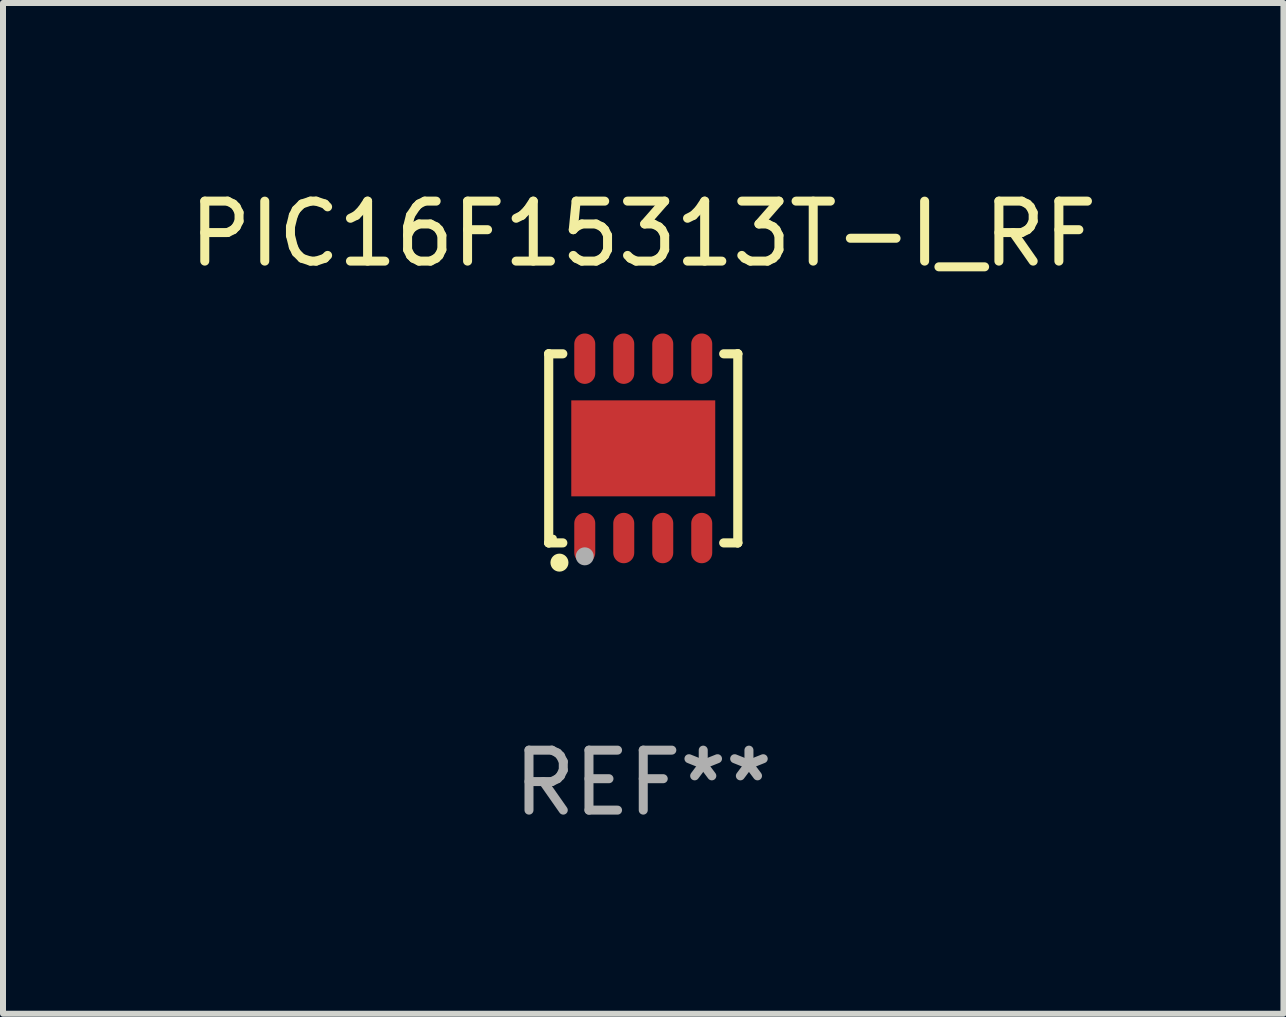
<source format=kicad_pcb>
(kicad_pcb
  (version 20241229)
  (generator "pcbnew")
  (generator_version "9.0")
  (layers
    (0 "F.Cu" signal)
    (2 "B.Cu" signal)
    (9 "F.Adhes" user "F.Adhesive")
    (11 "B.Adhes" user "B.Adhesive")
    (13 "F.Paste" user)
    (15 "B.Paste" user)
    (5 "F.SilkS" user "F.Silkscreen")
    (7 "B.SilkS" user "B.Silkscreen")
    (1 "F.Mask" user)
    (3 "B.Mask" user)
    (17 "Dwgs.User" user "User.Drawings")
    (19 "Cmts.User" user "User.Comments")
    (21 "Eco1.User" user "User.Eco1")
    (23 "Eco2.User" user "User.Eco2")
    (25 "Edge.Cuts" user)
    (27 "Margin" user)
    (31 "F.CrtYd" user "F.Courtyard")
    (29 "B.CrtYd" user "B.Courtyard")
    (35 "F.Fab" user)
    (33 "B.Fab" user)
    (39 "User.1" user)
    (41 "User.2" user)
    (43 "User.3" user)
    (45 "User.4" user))
  (footprint "PIC16F15313T-I_RF"
    (layer "F.Cu")
    (at 7.673 4.424)
    (property "Reference" "PIC16F15313T-I_RF" (at 0 -3.576 0) (layer "F.SilkS") (effects (font (size 1 1) (thickness 0.15))))
    (attr through_hole)
    (fp_line (start -1.576 -1.576) (end -1.576 -1.576) (stroke (width 0.152) (type solid)) (layer "F.SilkS"))
    (fp_line (start -1.576 -1.576) (end -1.341 -1.576) (stroke (width 0.152) (type solid)) (layer "F.SilkS"))
    (fp_line (start -1.576 1.576) (end -1.576 -1.576) (stroke (width 0.152) (type solid)) (layer "F.SilkS"))
    (fp_line (start -1.576 1.576) (end -1.576 1.576) (stroke (width 0.152) (type solid)) (layer "F.SilkS"))
    (fp_line (start -1.341 1.576) (end -1.576 1.576) (stroke (width 0.152) (type solid)) (layer "F.SilkS"))
    (fp_line (start 1.341 1.576) (end 1.576 1.576) (stroke (width 0.152) (type solid)) (layer "F.SilkS"))
    (fp_line (start 1.576 -1.576) (end 1.341 -1.576) (stroke (width 0.152) (type solid)) (layer "F.SilkS"))
    (fp_line (start 1.576 -1.576) (end 1.576 -1.576) (stroke (width 0.152) (type solid)) (layer "F.SilkS"))
    (fp_line (start 1.576 1.576) (end 1.576 -1.576) (stroke (width 0.152) (type solid)) (layer "F.SilkS"))
    (fp_line (start 1.576 1.576) (end 1.576 1.576) (stroke (width 0.152) (type solid)) (layer "F.SilkS"))
    (fp_circle (center -1.5 1.5) (end -1.47 1.5) (stroke (width 0.06) (type solid)) (fill no) (layer "F.SilkS"))
    (fp_circle (center -1.397 1.905) (end -1.322 1.905) (stroke (width 0.15) (type solid)) (fill no) (layer "F.SilkS"))
    (fp_circle (center -0.975 1.8) (end -0.9 1.8) (stroke (width 0.15) (type solid)) (fill no) (layer "F.Fab"))
    (fp_text user "REF**" (at 0 5.576 0) (layer "F.Fab") (effects (font (size 1 1) (thickness 0.15))))
    (pad "1" smd oval (at -0.975 1.495) (size 0.35 0.84) (layers "F.Cu" "F.Mask" "F.Paste"))
    (pad "2" smd oval (at -0.325 1.495) (size 0.35 0.84) (layers "F.Cu" "F.Mask" "F.Paste"))
    (pad "3" smd oval (at 0.325 1.495) (size 0.35 0.84) (layers "F.Cu" "F.Mask" "F.Paste"))
    (pad "4" smd oval (at 0.975 1.495) (size 0.35 0.84) (layers "F.Cu" "F.Mask" "F.Paste"))
    (pad "5" smd oval (at 0.975 -1.495) (size 0.35 0.84) (layers "F.Cu" "F.Mask" "F.Paste"))
    (pad "6" smd oval (at 0.325 -1.495) (size 0.35 0.84) (layers "F.Cu" "F.Mask" "F.Paste"))
    (pad "7" smd oval (at -0.325 -1.495) (size 0.35 0.84) (layers "F.Cu" "F.Mask" "F.Paste"))
    (pad "8" smd oval (at -0.975 -1.495) (size 0.35 0.84) (layers "F.Cu" "F.Mask" "F.Paste"))
    (pad "9" smd rect (at 0 0) (size 2.4 1.6) (layers "F.Cu" "F.Mask" "F.Paste")))
  (gr_rect
    (start -3 -3)
    (end 18.345 13.849)
    (stroke (width 0.1) (type default))
    (fill no)
    (layer "Edge.Cuts")))
</source>
